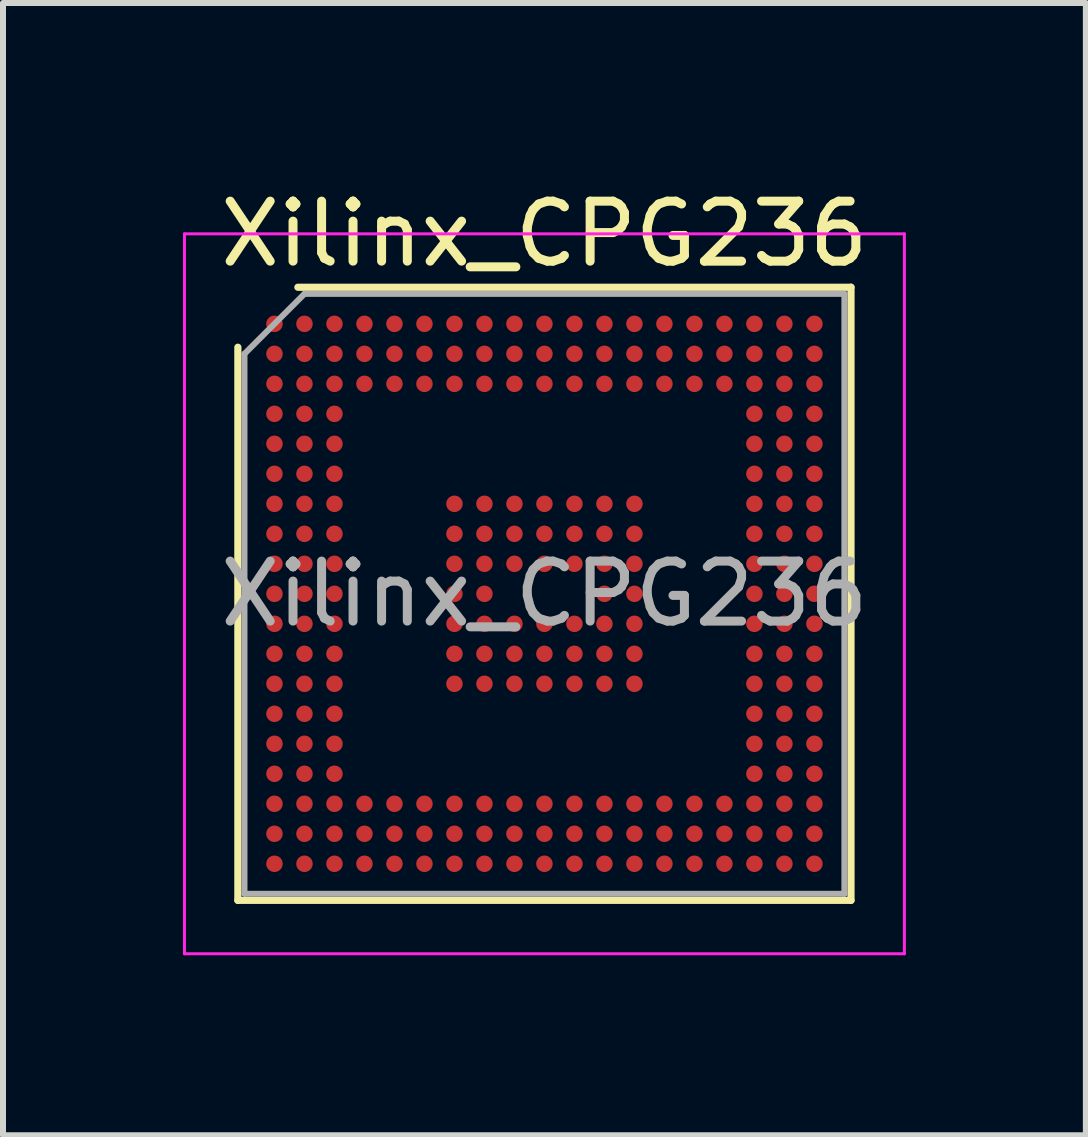
<source format=kicad_pcb>
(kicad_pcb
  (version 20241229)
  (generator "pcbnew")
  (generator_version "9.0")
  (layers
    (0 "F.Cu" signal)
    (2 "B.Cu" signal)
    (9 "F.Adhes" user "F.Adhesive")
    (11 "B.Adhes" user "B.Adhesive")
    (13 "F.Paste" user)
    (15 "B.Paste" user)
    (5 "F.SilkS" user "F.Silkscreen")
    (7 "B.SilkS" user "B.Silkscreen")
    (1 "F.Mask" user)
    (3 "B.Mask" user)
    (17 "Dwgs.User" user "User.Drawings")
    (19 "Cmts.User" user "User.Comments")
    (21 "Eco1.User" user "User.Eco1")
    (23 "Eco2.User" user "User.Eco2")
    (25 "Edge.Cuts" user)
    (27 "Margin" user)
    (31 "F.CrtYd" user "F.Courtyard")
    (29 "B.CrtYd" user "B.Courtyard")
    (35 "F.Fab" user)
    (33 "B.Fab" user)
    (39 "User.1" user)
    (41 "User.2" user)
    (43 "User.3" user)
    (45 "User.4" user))
  (footprint "Xilinx_CPG236"
    (layer "F.Cu")
    (at 6.025 6.848)
    (property "Reference" "Xilinx_CPG236" (at 0 -6 0) (layer "F.SilkS") (effects (font (size 1 1) (thickness 0.15))))
    (attr smd)
    (fp_line (start -5.11 5.11) (end -5.11 -4.11) (stroke (width 0.12) (type solid)) (layer "F.SilkS"))
    (fp_line (start -4.11 -5.11) (end 5.11 -5.11) (stroke (width 0.12) (type solid)) (layer "F.SilkS"))
    (fp_line (start 5.11 -5.11) (end 5.11 5.11) (stroke (width 0.12) (type solid)) (layer "F.SilkS"))
    (fp_line (start 5.11 5.11) (end -5.11 5.11) (stroke (width 0.12) (type solid)) (layer "F.SilkS"))
    (fp_line (start -6 -6) (end -6 6) (stroke (width 0.05) (type solid)) (layer "F.CrtYd"))
    (fp_line (start -6 6) (end 6 6) (stroke (width 0.05) (type solid)) (layer "F.CrtYd"))
    (fp_line (start 6 -6) (end -6 -6) (stroke (width 0.05) (type solid)) (layer "F.CrtYd"))
    (fp_line (start 6 6) (end 6 -6) (stroke (width 0.05) (type solid)) (layer "F.CrtYd"))
    (fp_line (start -5 -4) (end -4 -5) (stroke (width 0.1) (type solid)) (layer "F.Fab"))
    (fp_line (start -5 5) (end -5 -4) (stroke (width 0.1) (type solid)) (layer "F.Fab"))
    (fp_line (start -4 -5) (end 5 -5) (stroke (width 0.1) (type solid)) (layer "F.Fab"))
    (fp_line (start 5 -5) (end 5 5) (stroke (width 0.1) (type solid)) (layer "F.Fab"))
    (fp_line (start 5 5) (end -5 5) (stroke (width 0.1) (type solid)) (layer "F.Fab"))
    (fp_text user "${REFERENCE}" (at 0 0 0) (layer "F.Fab") (effects (font (size 1 1) (thickness 0.15))))
    (pad "A1" smd circle (at -4.5 -4.5) (size 0.275 0.275) (layers "F.Cu" "F.Mask" "F.Paste"))
    (pad "A2" smd circle (at -4 -4.5) (size 0.275 0.275) (layers "F.Cu" "F.Mask" "F.Paste"))
    (pad "A3" smd circle (at -3.5 -4.5) (size 0.275 0.275) (layers "F.Cu" "F.Mask" "F.Paste"))
    (pad "A4" smd circle (at -3 -4.5) (size 0.275 0.275) (layers "F.Cu" "F.Mask" "F.Paste"))
    (pad "A5" smd circle (at -2.5 -4.5) (size 0.275 0.275) (layers "F.Cu" "F.Mask" "F.Paste"))
    (pad "A6" smd circle (at -2 -4.5) (size 0.275 0.275) (layers "F.Cu" "F.Mask" "F.Paste"))
    (pad "A7" smd circle (at -1.5 -4.5) (size 0.275 0.275) (layers "F.Cu" "F.Mask" "F.Paste"))
    (pad "A8" smd circle (at -1 -4.5) (size 0.275 0.275) (layers "F.Cu" "F.Mask" "F.Paste"))
    (pad "A9" smd circle (at -0.5 -4.5) (size 0.275 0.275) (layers "F.Cu" "F.Mask" "F.Paste"))
    (pad "A10" smd circle (at 0 -4.5) (size 0.275 0.275) (layers "F.Cu" "F.Mask" "F.Paste"))
    (pad "A11" smd circle (at 0.5 -4.5) (size 0.275 0.275) (layers "F.Cu" "F.Mask" "F.Paste"))
    (pad "A12" smd circle (at 1 -4.5) (size 0.275 0.275) (layers "F.Cu" "F.Mask" "F.Paste"))
    (pad "A13" smd circle (at 1.5 -4.5) (size 0.275 0.275) (layers "F.Cu" "F.Mask" "F.Paste"))
    (pad "A14" smd circle (at 2 -4.5) (size 0.275 0.275) (layers "F.Cu" "F.Mask" "F.Paste"))
    (pad "A15" smd circle (at 2.5 -4.5) (size 0.275 0.275) (layers "F.Cu" "F.Mask" "F.Paste"))
    (pad "A16" smd circle (at 3 -4.5) (size 0.275 0.275) (layers "F.Cu" "F.Mask" "F.Paste"))
    (pad "A17" smd circle (at 3.5 -4.5) (size 0.275 0.275) (layers "F.Cu" "F.Mask" "F.Paste"))
    (pad "A18" smd circle (at 4 -4.5) (size 0.275 0.275) (layers "F.Cu" "F.Mask" "F.Paste"))
    (pad "A19" smd circle (at 4.5 -4.5) (size 0.275 0.275) (layers "F.Cu" "F.Mask" "F.Paste"))
    (pad "B1" smd circle (at -4.5 -4) (size 0.275 0.275) (layers "F.Cu" "F.Mask" "F.Paste"))
    (pad "B2" smd circle (at -4 -4) (size 0.275 0.275) (layers "F.Cu" "F.Mask" "F.Paste"))
    (pad "B3" smd circle (at -3.5 -4) (size 0.275 0.275) (layers "F.Cu" "F.Mask" "F.Paste"))
    (pad "B4" smd circle (at -3 -4) (size 0.275 0.275) (layers "F.Cu" "F.Mask" "F.Paste"))
    (pad "B5" smd circle (at -2.5 -4) (size 0.275 0.275) (layers "F.Cu" "F.Mask" "F.Paste"))
    (pad "B6" smd circle (at -2 -4) (size 0.275 0.275) (layers "F.Cu" "F.Mask" "F.Paste"))
    (pad "B7" smd circle (at -1.5 -4) (size 0.275 0.275) (layers "F.Cu" "F.Mask" "F.Paste"))
    (pad "B8" smd circle (at -1 -4) (size 0.275 0.275) (layers "F.Cu" "F.Mask" "F.Paste"))
    (pad "B9" smd circle (at -0.5 -4) (size 0.275 0.275) (layers "F.Cu" "F.Mask" "F.Paste"))
    (pad "B10" smd circle (at 0 -4) (size 0.275 0.275) (layers "F.Cu" "F.Mask" "F.Paste"))
    (pad "B11" smd circle (at 0.5 -4) (size 0.275 0.275) (layers "F.Cu" "F.Mask" "F.Paste"))
    (pad "B12" smd circle (at 1 -4) (size 0.275 0.275) (layers "F.Cu" "F.Mask" "F.Paste"))
    (pad "B13" smd circle (at 1.5 -4) (size 0.275 0.275) (layers "F.Cu" "F.Mask" "F.Paste"))
    (pad "B14" smd circle (at 2 -4) (size 0.275 0.275) (layers "F.Cu" "F.Mask" "F.Paste"))
    (pad "B15" smd circle (at 2.5 -4) (size 0.275 0.275) (layers "F.Cu" "F.Mask" "F.Paste"))
    (pad "B16" smd circle (at 3 -4) (size 0.275 0.275) (layers "F.Cu" "F.Mask" "F.Paste"))
    (pad "B17" smd circle (at 3.5 -4) (size 0.275 0.275) (layers "F.Cu" "F.Mask" "F.Paste"))
    (pad "B18" smd circle (at 4 -4) (size 0.275 0.275) (layers "F.Cu" "F.Mask" "F.Paste"))
    (pad "B19" smd circle (at 4.5 -4) (size 0.275 0.275) (layers "F.Cu" "F.Mask" "F.Paste"))
    (pad "C1" smd circle (at -4.5 -3.5) (size 0.275 0.275) (layers "F.Cu" "F.Mask" "F.Paste"))
    (pad "C2" smd circle (at -4 -3.5) (size 0.275 0.275) (layers "F.Cu" "F.Mask" "F.Paste"))
    (pad "C3" smd circle (at -3.5 -3.5) (size 0.275 0.275) (layers "F.Cu" "F.Mask" "F.Paste"))
    (pad "C4" smd circle (at -3 -3.5) (size 0.275 0.275) (layers "F.Cu" "F.Mask" "F.Paste"))
    (pad "C5" smd circle (at -2.5 -3.5) (size 0.275 0.275) (layers "F.Cu" "F.Mask" "F.Paste"))
    (pad "C6" smd circle (at -2 -3.5) (size 0.275 0.275) (layers "F.Cu" "F.Mask" "F.Paste"))
    (pad "C7" smd circle (at -1.5 -3.5) (size 0.275 0.275) (layers "F.Cu" "F.Mask" "F.Paste"))
    (pad "C8" smd circle (at -1 -3.5) (size 0.275 0.275) (layers "F.Cu" "F.Mask" "F.Paste"))
    (pad "C9" smd circle (at -0.5 -3.5) (size 0.275 0.275) (layers "F.Cu" "F.Mask" "F.Paste"))
    (pad "C10" smd circle (at 0 -3.5) (size 0.275 0.275) (layers "F.Cu" "F.Mask" "F.Paste"))
    (pad "C11" smd circle (at 0.5 -3.5) (size 0.275 0.275) (layers "F.Cu" "F.Mask" "F.Paste"))
    (pad "C12" smd circle (at 1 -3.5) (size 0.275 0.275) (layers "F.Cu" "F.Mask" "F.Paste"))
    (pad "C13" smd circle (at 1.5 -3.5) (size 0.275 0.275) (layers "F.Cu" "F.Mask" "F.Paste"))
    (pad "C14" smd circle (at 2 -3.5) (size 0.275 0.275) (layers "F.Cu" "F.Mask" "F.Paste"))
    (pad "C15" smd circle (at 2.5 -3.5) (size 0.275 0.275) (layers "F.Cu" "F.Mask" "F.Paste"))
    (pad "C16" smd circle (at 3 -3.5) (size 0.275 0.275) (layers "F.Cu" "F.Mask" "F.Paste"))
    (pad "C17" smd circle (at 3.5 -3.5) (size 0.275 0.275) (layers "F.Cu" "F.Mask" "F.Paste"))
    (pad "C18" smd circle (at 4 -3.5) (size 0.275 0.275) (layers "F.Cu" "F.Mask" "F.Paste"))
    (pad "C19" smd circle (at 4.5 -3.5) (size 0.275 0.275) (layers "F.Cu" "F.Mask" "F.Paste"))
    (pad "D1" smd circle (at -4.5 -3) (size 0.275 0.275) (layers "F.Cu" "F.Mask" "F.Paste"))
    (pad "D2" smd circle (at -4 -3) (size 0.275 0.275) (layers "F.Cu" "F.Mask" "F.Paste"))
    (pad "D3" smd circle (at -3.5 -3) (size 0.275 0.275) (layers "F.Cu" "F.Mask" "F.Paste"))
    (pad "D17" smd circle (at 3.5 -3) (size 0.275 0.275) (layers "F.Cu" "F.Mask" "F.Paste"))
    (pad "D18" smd circle (at 4 -3) (size 0.275 0.275) (layers "F.Cu" "F.Mask" "F.Paste"))
    (pad "D19" smd circle (at 4.5 -3) (size 0.275 0.275) (layers "F.Cu" "F.Mask" "F.Paste"))
    (pad "E1" smd circle (at -4.5 -2.5) (size 0.275 0.275) (layers "F.Cu" "F.Mask" "F.Paste"))
    (pad "E2" smd circle (at -4 -2.5) (size 0.275 0.275) (layers "F.Cu" "F.Mask" "F.Paste"))
    (pad "E3" smd circle (at -3.5 -2.5) (size 0.275 0.275) (layers "F.Cu" "F.Mask" "F.Paste"))
    (pad "E17" smd circle (at 3.5 -2.5) (size 0.275 0.275) (layers "F.Cu" "F.Mask" "F.Paste"))
    (pad "E18" smd circle (at 4 -2.5) (size 0.275 0.275) (layers "F.Cu" "F.Mask" "F.Paste"))
    (pad "E19" smd circle (at 4.5 -2.5) (size 0.275 0.275) (layers "F.Cu" "F.Mask" "F.Paste"))
    (pad "F1" smd circle (at -4.5 -2) (size 0.275 0.275) (layers "F.Cu" "F.Mask" "F.Paste"))
    (pad "F2" smd circle (at -4 -2) (size 0.275 0.275) (layers "F.Cu" "F.Mask" "F.Paste"))
    (pad "F3" smd circle (at -3.5 -2) (size 0.275 0.275) (layers "F.Cu" "F.Mask" "F.Paste"))
    (pad "F17" smd circle (at 3.5 -2) (size 0.275 0.275) (layers "F.Cu" "F.Mask" "F.Paste"))
    (pad "F18" smd circle (at 4 -2) (size 0.275 0.275) (layers "F.Cu" "F.Mask" "F.Paste"))
    (pad "F19" smd circle (at 4.5 -2) (size 0.275 0.275) (layers "F.Cu" "F.Mask" "F.Paste"))
    (pad "G1" smd circle (at -4.5 -1.5) (size 0.275 0.275) (layers "F.Cu" "F.Mask" "F.Paste"))
    (pad "G2" smd circle (at -4 -1.5) (size 0.275 0.275) (layers "F.Cu" "F.Mask" "F.Paste"))
    (pad "G3" smd circle (at -3.5 -1.5) (size 0.275 0.275) (layers "F.Cu" "F.Mask" "F.Paste"))
    (pad "G7" smd circle (at -1.5 -1.5) (size 0.275 0.275) (layers "F.Cu" "F.Mask" "F.Paste"))
    (pad "G8" smd circle (at -1 -1.5) (size 0.275 0.275) (layers "F.Cu" "F.Mask" "F.Paste"))
    (pad "G9" smd circle (at -0.5 -1.5) (size 0.275 0.275) (layers "F.Cu" "F.Mask" "F.Paste"))
    (pad "G10" smd circle (at 0 -1.5) (size 0.275 0.275) (layers "F.Cu" "F.Mask" "F.Paste"))
    (pad "G11" smd circle (at 0.5 -1.5) (size 0.275 0.275) (layers "F.Cu" "F.Mask" "F.Paste"))
    (pad "G12" smd circle (at 1 -1.5) (size 0.275 0.275) (layers "F.Cu" "F.Mask" "F.Paste"))
    (pad "G13" smd circle (at 1.5 -1.5) (size 0.275 0.275) (layers "F.Cu" "F.Mask" "F.Paste"))
    (pad "G17" smd circle (at 3.5 -1.5) (size 0.275 0.275) (layers "F.Cu" "F.Mask" "F.Paste"))
    (pad "G18" smd circle (at 4 -1.5) (size 0.275 0.275) (layers "F.Cu" "F.Mask" "F.Paste"))
    (pad "G19" smd circle (at 4.5 -1.5) (size 0.275 0.275) (layers "F.Cu" "F.Mask" "F.Paste"))
    (pad "H1" smd circle (at -4.5 -1) (size 0.275 0.275) (layers "F.Cu" "F.Mask" "F.Paste"))
    (pad "H2" smd circle (at -4 -1) (size 0.275 0.275) (layers "F.Cu" "F.Mask" "F.Paste"))
    (pad "H3" smd circle (at -3.5 -1) (size 0.275 0.275) (layers "F.Cu" "F.Mask" "F.Paste"))
    (pad "H7" smd circle (at -1.5 -1) (size 0.275 0.275) (layers "F.Cu" "F.Mask" "F.Paste"))
    (pad "H8" smd circle (at -1 -1) (size 0.275 0.275) (layers "F.Cu" "F.Mask" "F.Paste"))
    (pad "H9" smd circle (at -0.5 -1) (size 0.275 0.275) (layers "F.Cu" "F.Mask" "F.Paste"))
    (pad "H10" smd circle (at 0 -1) (size 0.275 0.275) (layers "F.Cu" "F.Mask" "F.Paste"))
    (pad "H11" smd circle (at 0.5 -1) (size 0.275 0.275) (layers "F.Cu" "F.Mask" "F.Paste"))
    (pad "H12" smd circle (at 1 -1) (size 0.275 0.275) (layers "F.Cu" "F.Mask" "F.Paste"))
    (pad "H13" smd circle (at 1.5 -1) (size 0.275 0.275) (layers "F.Cu" "F.Mask" "F.Paste"))
    (pad "H17" smd circle (at 3.5 -1) (size 0.275 0.275) (layers "F.Cu" "F.Mask" "F.Paste"))
    (pad "H18" smd circle (at 4 -1) (size 0.275 0.275) (layers "F.Cu" "F.Mask" "F.Paste"))
    (pad "H19" smd circle (at 4.5 -1) (size 0.275 0.275) (layers "F.Cu" "F.Mask" "F.Paste"))
    (pad "J1" smd circle (at -4.5 -0.5) (size 0.275 0.275) (layers "F.Cu" "F.Mask" "F.Paste"))
    (pad "J2" smd circle (at -4 -0.5) (size 0.275 0.275) (layers "F.Cu" "F.Mask" "F.Paste"))
    (pad "J3" smd circle (at -3.5 -0.5) (size 0.275 0.275) (layers "F.Cu" "F.Mask" "F.Paste"))
    (pad "J7" smd circle (at -1.5 -0.5) (size 0.275 0.275) (layers "F.Cu" "F.Mask" "F.Paste"))
    (pad "J8" smd circle (at -1 -0.5) (size 0.275 0.275) (layers "F.Cu" "F.Mask" "F.Paste"))
    (pad "J9" smd circle (at -0.5 -0.5) (size 0.275 0.275) (layers "F.Cu" "F.Mask" "F.Paste"))
    (pad "J10" smd circle (at 0 -0.5) (size 0.275 0.275) (layers "F.Cu" "F.Mask" "F.Paste"))
    (pad "J11" smd circle (at 0.5 -0.5) (size 0.275 0.275) (layers "F.Cu" "F.Mask" "F.Paste"))
    (pad "J12" smd circle (at 1 -0.5) (size 0.275 0.275) (layers "F.Cu" "F.Mask" "F.Paste"))
    (pad "J13" smd circle (at 1.5 -0.5) (size 0.275 0.275) (layers "F.Cu" "F.Mask" "F.Paste"))
    (pad "J17" smd circle (at 3.5 -0.5) (size 0.275 0.275) (layers "F.Cu" "F.Mask" "F.Paste"))
    (pad "J18" smd circle (at 4 -0.5) (size 0.275 0.275) (layers "F.Cu" "F.Mask" "F.Paste"))
    (pad "J19" smd circle (at 4.5 -0.5) (size 0.275 0.275) (layers "F.Cu" "F.Mask" "F.Paste"))
    (pad "K1" smd circle (at -4.5 0) (size 0.275 0.275) (layers "F.Cu" "F.Mask" "F.Paste"))
    (pad "K2" smd circle (at -4 0) (size 0.275 0.275) (layers "F.Cu" "F.Mask" "F.Paste"))
    (pad "K3" smd circle (at -3.5 0) (size 0.275 0.275) (layers "F.Cu" "F.Mask" "F.Paste"))
    (pad "K7" smd circle (at -1.5 0) (size 0.275 0.275) (layers "F.Cu" "F.Mask" "F.Paste"))
    (pad "K8" smd circle (at -1 0) (size 0.275 0.275) (layers "F.Cu" "F.Mask" "F.Paste"))
    (pad "K12" smd circle (at 1 0) (size 0.275 0.275) (layers "F.Cu" "F.Mask" "F.Paste"))
    (pad "K13" smd circle (at 1.5 0) (size 0.275 0.275) (layers "F.Cu" "F.Mask" "F.Paste"))
    (pad "K17" smd circle (at 3.5 0) (size 0.275 0.275) (layers "F.Cu" "F.Mask" "F.Paste"))
    (pad "K18" smd circle (at 4 0) (size 0.275 0.275) (layers "F.Cu" "F.Mask" "F.Paste"))
    (pad "K19" smd circle (at 4.5 0) (size 0.275 0.275) (layers "F.Cu" "F.Mask" "F.Paste"))
    (pad "L1" smd circle (at -4.5 0.5) (size 0.275 0.275) (layers "F.Cu" "F.Mask" "F.Paste"))
    (pad "L2" smd circle (at -4 0.5) (size 0.275 0.275) (layers "F.Cu" "F.Mask" "F.Paste"))
    (pad "L3" smd circle (at -3.5 0.5) (size 0.275 0.275) (layers "F.Cu" "F.Mask" "F.Paste"))
    (pad "L7" smd circle (at -1.5 0.5) (size 0.275 0.275) (layers "F.Cu" "F.Mask" "F.Paste"))
    (pad "L8" smd circle (at -1 0.5) (size 0.275 0.275) (layers "F.Cu" "F.Mask" "F.Paste"))
    (pad "L9" smd circle (at -0.5 0.5) (size 0.275 0.275) (layers "F.Cu" "F.Mask" "F.Paste"))
    (pad "L10" smd circle (at 0 0.5) (size 0.275 0.275) (layers "F.Cu" "F.Mask" "F.Paste"))
    (pad "L11" smd circle (at 0.5 0.5) (size 0.275 0.275) (layers "F.Cu" "F.Mask" "F.Paste"))
    (pad "L12" smd circle (at 1 0.5) (size 0.275 0.275) (layers "F.Cu" "F.Mask" "F.Paste"))
    (pad "L13" smd circle (at 1.5 0.5) (size 0.275 0.275) (layers "F.Cu" "F.Mask" "F.Paste"))
    (pad "L17" smd circle (at 3.5 0.5) (size 0.275 0.275) (layers "F.Cu" "F.Mask" "F.Paste"))
    (pad "L18" smd circle (at 4 0.5) (size 0.275 0.275) (layers "F.Cu" "F.Mask" "F.Paste"))
    (pad "L19" smd circle (at 4.5 0.5) (size 0.275 0.275) (layers "F.Cu" "F.Mask" "F.Paste"))
    (pad "M1" smd circle (at -4.5 1) (size 0.275 0.275) (layers "F.Cu" "F.Mask" "F.Paste"))
    (pad "M2" smd circle (at -4 1) (size 0.275 0.275) (layers "F.Cu" "F.Mask" "F.Paste"))
    (pad "M3" smd circle (at -3.5 1) (size 0.275 0.275) (layers "F.Cu" "F.Mask" "F.Paste"))
    (pad "M7" smd circle (at -1.5 1) (size 0.275 0.275) (layers "F.Cu" "F.Mask" "F.Paste"))
    (pad "M8" smd circle (at -1 1) (size 0.275 0.275) (layers "F.Cu" "F.Mask" "F.Paste"))
    (pad "M9" smd circle (at -0.5 1) (size 0.275 0.275) (layers "F.Cu" "F.Mask" "F.Paste"))
    (pad "M10" smd circle (at 0 1) (size 0.275 0.275) (layers "F.Cu" "F.Mask" "F.Paste"))
    (pad "M11" smd circle (at 0.5 1) (size 0.275 0.275) (layers "F.Cu" "F.Mask" "F.Paste"))
    (pad "M12" smd circle (at 1 1) (size 0.275 0.275) (layers "F.Cu" "F.Mask" "F.Paste"))
    (pad "M13" smd circle (at 1.5 1) (size 0.275 0.275) (layers "F.Cu" "F.Mask" "F.Paste"))
    (pad "M17" smd circle (at 3.5 1) (size 0.275 0.275) (layers "F.Cu" "F.Mask" "F.Paste"))
    (pad "M18" smd circle (at 4 1) (size 0.275 0.275) (layers "F.Cu" "F.Mask" "F.Paste"))
    (pad "M19" smd circle (at 4.5 1) (size 0.275 0.275) (layers "F.Cu" "F.Mask" "F.Paste"))
    (pad "N1" smd circle (at -4.5 1.5) (size 0.275 0.275) (layers "F.Cu" "F.Mask" "F.Paste"))
    (pad "N2" smd circle (at -4 1.5) (size 0.275 0.275) (layers "F.Cu" "F.Mask" "F.Paste"))
    (pad "N3" smd circle (at -3.5 1.5) (size 0.275 0.275) (layers "F.Cu" "F.Mask" "F.Paste"))
    (pad "N7" smd circle (at -1.5 1.5) (size 0.275 0.275) (layers "F.Cu" "F.Mask" "F.Paste"))
    (pad "N8" smd circle (at -1 1.5) (size 0.275 0.275) (layers "F.Cu" "F.Mask" "F.Paste"))
    (pad "N9" smd circle (at -0.5 1.5) (size 0.275 0.275) (layers "F.Cu" "F.Mask" "F.Paste"))
    (pad "N10" smd circle (at 0 1.5) (size 0.275 0.275) (layers "F.Cu" "F.Mask" "F.Paste"))
    (pad "N11" smd circle (at 0.5 1.5) (size 0.275 0.275) (layers "F.Cu" "F.Mask" "F.Paste"))
    (pad "N12" smd circle (at 1 1.5) (size 0.275 0.275) (layers "F.Cu" "F.Mask" "F.Paste"))
    (pad "N13" smd circle (at 1.5 1.5) (size 0.275 0.275) (layers "F.Cu" "F.Mask" "F.Paste"))
    (pad "N17" smd circle (at 3.5 1.5) (size 0.275 0.275) (layers "F.Cu" "F.Mask" "F.Paste"))
    (pad "N18" smd circle (at 4 1.5) (size 0.275 0.275) (layers "F.Cu" "F.Mask" "F.Paste"))
    (pad "N19" smd circle (at 4.5 1.5) (size 0.275 0.275) (layers "F.Cu" "F.Mask" "F.Paste"))
    (pad "P1" smd circle (at -4.5 2) (size 0.275 0.275) (layers "F.Cu" "F.Mask" "F.Paste"))
    (pad "P2" smd circle (at -4 2) (size 0.275 0.275) (layers "F.Cu" "F.Mask" "F.Paste"))
    (pad "P3" smd circle (at -3.5 2) (size 0.275 0.275) (layers "F.Cu" "F.Mask" "F.Paste"))
    (pad "P17" smd circle (at 3.5 2) (size 0.275 0.275) (layers "F.Cu" "F.Mask" "F.Paste"))
    (pad "P18" smd circle (at 4 2) (size 0.275 0.275) (layers "F.Cu" "F.Mask" "F.Paste"))
    (pad "P19" smd circle (at 4.5 2) (size 0.275 0.275) (layers "F.Cu" "F.Mask" "F.Paste"))
    (pad "R1" smd circle (at -4.5 2.5) (size 0.275 0.275) (layers "F.Cu" "F.Mask" "F.Paste"))
    (pad "R2" smd circle (at -4 2.5) (size 0.275 0.275) (layers "F.Cu" "F.Mask" "F.Paste"))
    (pad "R3" smd circle (at -3.5 2.5) (size 0.275 0.275) (layers "F.Cu" "F.Mask" "F.Paste"))
    (pad "R17" smd circle (at 3.5 2.5) (size 0.275 0.275) (layers "F.Cu" "F.Mask" "F.Paste"))
    (pad "R18" smd circle (at 4 2.5) (size 0.275 0.275) (layers "F.Cu" "F.Mask" "F.Paste"))
    (pad "R19" smd circle (at 4.5 2.5) (size 0.275 0.275) (layers "F.Cu" "F.Mask" "F.Paste"))
    (pad "T1" smd circle (at -4.5 3) (size 0.275 0.275) (layers "F.Cu" "F.Mask" "F.Paste"))
    (pad "T2" smd circle (at -4 3) (size 0.275 0.275) (layers "F.Cu" "F.Mask" "F.Paste"))
    (pad "T3" smd circle (at -3.5 3) (size 0.275 0.275) (layers "F.Cu" "F.Mask" "F.Paste"))
    (pad "T17" smd circle (at 3.5 3) (size 0.275 0.275) (layers "F.Cu" "F.Mask" "F.Paste"))
    (pad "T18" smd circle (at 4 3) (size 0.275 0.275) (layers "F.Cu" "F.Mask" "F.Paste"))
    (pad "T19" smd circle (at 4.5 3) (size 0.275 0.275) (layers "F.Cu" "F.Mask" "F.Paste"))
    (pad "U1" smd circle (at -4.5 3.5) (size 0.275 0.275) (layers "F.Cu" "F.Mask" "F.Paste"))
    (pad "U2" smd circle (at -4 3.5) (size 0.275 0.275) (layers "F.Cu" "F.Mask" "F.Paste"))
    (pad "U3" smd circle (at -3.5 3.5) (size 0.275 0.275) (layers "F.Cu" "F.Mask" "F.Paste"))
    (pad "U4" smd circle (at -3 3.5) (size 0.275 0.275) (layers "F.Cu" "F.Mask" "F.Paste"))
    (pad "U5" smd circle (at -2.5 3.5) (size 0.275 0.275) (layers "F.Cu" "F.Mask" "F.Paste"))
    (pad "U6" smd circle (at -2 3.5) (size 0.275 0.275) (layers "F.Cu" "F.Mask" "F.Paste"))
    (pad "U7" smd circle (at -1.5 3.5) (size 0.275 0.275) (layers "F.Cu" "F.Mask" "F.Paste"))
    (pad "U8" smd circle (at -1 3.5) (size 0.275 0.275) (layers "F.Cu" "F.Mask" "F.Paste"))
    (pad "U9" smd circle (at -0.5 3.5) (size 0.275 0.275) (layers "F.Cu" "F.Mask" "F.Paste"))
    (pad "U10" smd circle (at 0 3.5) (size 0.275 0.275) (layers "F.Cu" "F.Mask" "F.Paste"))
    (pad "U11" smd circle (at 0.5 3.5) (size 0.275 0.275) (layers "F.Cu" "F.Mask" "F.Paste"))
    (pad "U12" smd circle (at 1 3.5) (size 0.275 0.275) (layers "F.Cu" "F.Mask" "F.Paste"))
    (pad "U13" smd circle (at 1.5 3.5) (size 0.275 0.275) (layers "F.Cu" "F.Mask" "F.Paste"))
    (pad "U14" smd circle (at 2 3.5) (size 0.275 0.275) (layers "F.Cu" "F.Mask" "F.Paste"))
    (pad "U15" smd circle (at 2.5 3.5) (size 0.275 0.275) (layers "F.Cu" "F.Mask" "F.Paste"))
    (pad "U16" smd circle (at 3 3.5) (size 0.275 0.275) (layers "F.Cu" "F.Mask" "F.Paste"))
    (pad "U17" smd circle (at 3.5 3.5) (size 0.275 0.275) (layers "F.Cu" "F.Mask" "F.Paste"))
    (pad "U18" smd circle (at 4 3.5) (size 0.275 0.275) (layers "F.Cu" "F.Mask" "F.Paste"))
    (pad "U19" smd circle (at 4.5 3.5) (size 0.275 0.275) (layers "F.Cu" "F.Mask" "F.Paste"))
    (pad "V1" smd circle (at -4.5 4) (size 0.275 0.275) (layers "F.Cu" "F.Mask" "F.Paste"))
    (pad "V2" smd circle (at -4 4) (size 0.275 0.275) (layers "F.Cu" "F.Mask" "F.Paste"))
    (pad "V3" smd circle (at -3.5 4) (size 0.275 0.275) (layers "F.Cu" "F.Mask" "F.Paste"))
    (pad "V4" smd circle (at -3 4) (size 0.275 0.275) (layers "F.Cu" "F.Mask" "F.Paste"))
    (pad "V5" smd circle (at -2.5 4) (size 0.275 0.275) (layers "F.Cu" "F.Mask" "F.Paste"))
    (pad "V6" smd circle (at -2 4) (size 0.275 0.275) (layers "F.Cu" "F.Mask" "F.Paste"))
    (pad "V7" smd circle (at -1.5 4) (size 0.275 0.275) (layers "F.Cu" "F.Mask" "F.Paste"))
    (pad "V8" smd circle (at -1 4) (size 0.275 0.275) (layers "F.Cu" "F.Mask" "F.Paste"))
    (pad "V9" smd circle (at -0.5 4) (size 0.275 0.275) (layers "F.Cu" "F.Mask" "F.Paste"))
    (pad "V10" smd circle (at 0 4) (size 0.275 0.275) (layers "F.Cu" "F.Mask" "F.Paste"))
    (pad "V11" smd circle (at 0.5 4) (size 0.275 0.275) (layers "F.Cu" "F.Mask" "F.Paste"))
    (pad "V12" smd circle (at 1 4) (size 0.275 0.275) (layers "F.Cu" "F.Mask" "F.Paste"))
    (pad "V13" smd circle (at 1.5 4) (size 0.275 0.275) (layers "F.Cu" "F.Mask" "F.Paste"))
    (pad "V14" smd circle (at 2 4) (size 0.275 0.275) (layers "F.Cu" "F.Mask" "F.Paste"))
    (pad "V15" smd circle (at 2.5 4) (size 0.275 0.275) (layers "F.Cu" "F.Mask" "F.Paste"))
    (pad "V16" smd circle (at 3 4) (size 0.275 0.275) (layers "F.Cu" "F.Mask" "F.Paste"))
    (pad "V17" smd circle (at 3.5 4) (size 0.275 0.275) (layers "F.Cu" "F.Mask" "F.Paste"))
    (pad "V18" smd circle (at 4 4) (size 0.275 0.275) (layers "F.Cu" "F.Mask" "F.Paste"))
    (pad "V19" smd circle (at 4.5 4) (size 0.275 0.275) (layers "F.Cu" "F.Mask" "F.Paste"))
    (pad "W1" smd circle (at -4.5 4.5) (size 0.275 0.275) (layers "F.Cu" "F.Mask" "F.Paste"))
    (pad "W2" smd circle (at -4 4.5) (size 0.275 0.275) (layers "F.Cu" "F.Mask" "F.Paste"))
    (pad "W3" smd circle (at -3.5 4.5) (size 0.275 0.275) (layers "F.Cu" "F.Mask" "F.Paste"))
    (pad "W4" smd circle (at -3 4.5) (size 0.275 0.275) (layers "F.Cu" "F.Mask" "F.Paste"))
    (pad "W5" smd circle (at -2.5 4.5) (size 0.275 0.275) (layers "F.Cu" "F.Mask" "F.Paste"))
    (pad "W6" smd circle (at -2 4.5) (size 0.275 0.275) (layers "F.Cu" "F.Mask" "F.Paste"))
    (pad "W7" smd circle (at -1.5 4.5) (size 0.275 0.275) (layers "F.Cu" "F.Mask" "F.Paste"))
    (pad "W8" smd circle (at -1 4.5) (size 0.275 0.275) (layers "F.Cu" "F.Mask" "F.Paste"))
    (pad "W9" smd circle (at -0.5 4.5) (size 0.275 0.275) (layers "F.Cu" "F.Mask" "F.Paste"))
    (pad "W10" smd circle (at 0 4.5) (size 0.275 0.275) (layers "F.Cu" "F.Mask" "F.Paste"))
    (pad "W11" smd circle (at 0.5 4.5) (size 0.275 0.275) (layers "F.Cu" "F.Mask" "F.Paste"))
    (pad "W12" smd circle (at 1 4.5) (size 0.275 0.275) (layers "F.Cu" "F.Mask" "F.Paste"))
    (pad "W13" smd circle (at 1.5 4.5) (size 0.275 0.275) (layers "F.Cu" "F.Mask" "F.Paste"))
    (pad "W14" smd circle (at 2 4.5) (size 0.275 0.275) (layers "F.Cu" "F.Mask" "F.Paste"))
    (pad "W15" smd circle (at 2.5 4.5) (size 0.275 0.275) (layers "F.Cu" "F.Mask" "F.Paste"))
    (pad "W16" smd circle (at 3 4.5) (size 0.275 0.275) (layers "F.Cu" "F.Mask" "F.Paste"))
    (pad "W17" smd circle (at 3.5 4.5) (size 0.275 0.275) (layers "F.Cu" "F.Mask" "F.Paste"))
    (pad "W18" smd circle (at 4 4.5) (size 0.275 0.275) (layers "F.Cu" "F.Mask" "F.Paste"))
    (pad "W19" smd circle (at 4.5 4.5) (size 0.275 0.275) (layers "F.Cu" "F.Mask" "F.Paste")))
  (gr_rect
    (start -3 -3)
    (end 15.05 15.873)
    (stroke (width 0.1) (type default))
    (fill no)
    (layer "Edge.Cuts")))
</source>
